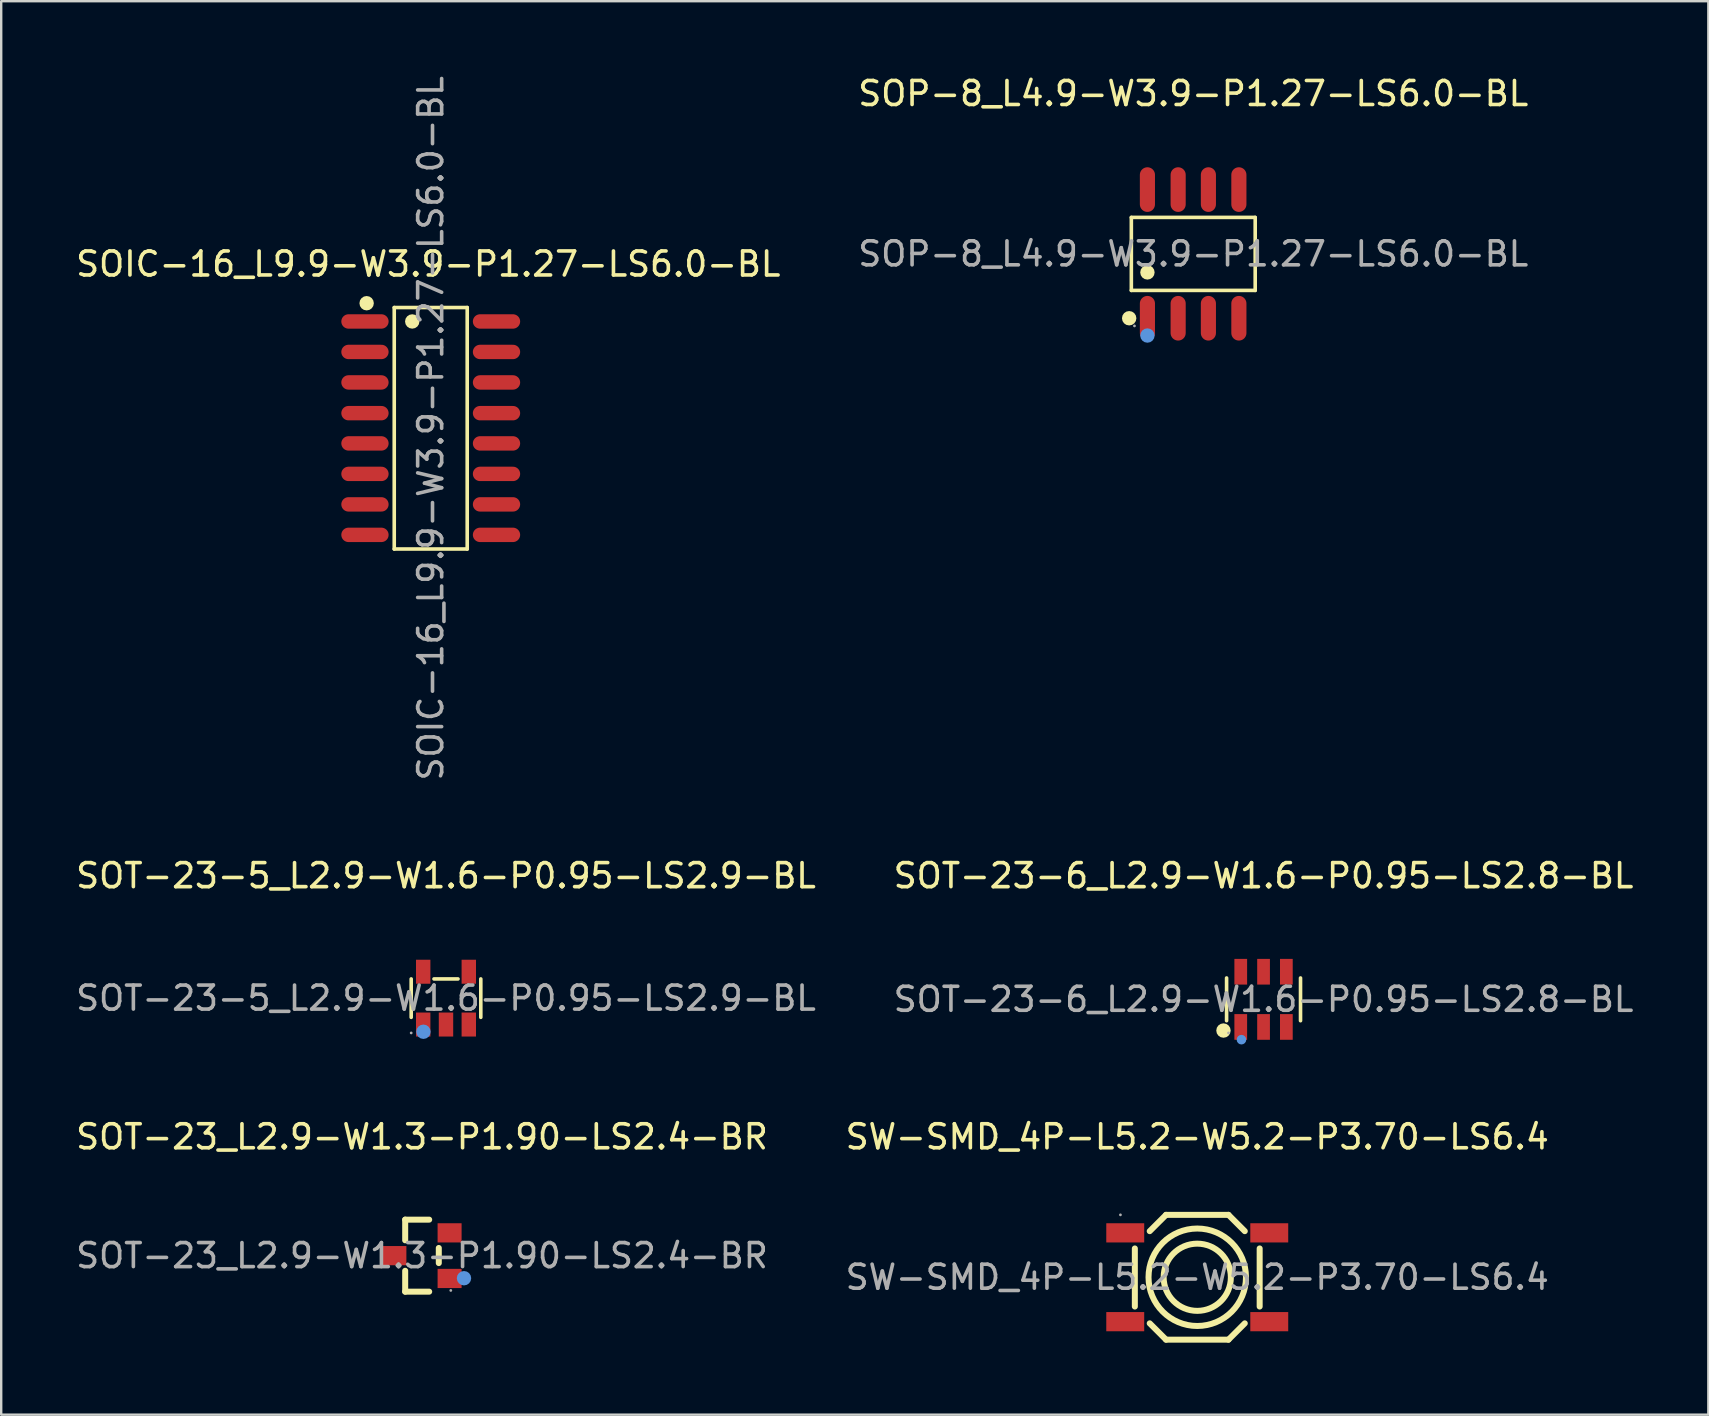
<source format=kicad_pcb>
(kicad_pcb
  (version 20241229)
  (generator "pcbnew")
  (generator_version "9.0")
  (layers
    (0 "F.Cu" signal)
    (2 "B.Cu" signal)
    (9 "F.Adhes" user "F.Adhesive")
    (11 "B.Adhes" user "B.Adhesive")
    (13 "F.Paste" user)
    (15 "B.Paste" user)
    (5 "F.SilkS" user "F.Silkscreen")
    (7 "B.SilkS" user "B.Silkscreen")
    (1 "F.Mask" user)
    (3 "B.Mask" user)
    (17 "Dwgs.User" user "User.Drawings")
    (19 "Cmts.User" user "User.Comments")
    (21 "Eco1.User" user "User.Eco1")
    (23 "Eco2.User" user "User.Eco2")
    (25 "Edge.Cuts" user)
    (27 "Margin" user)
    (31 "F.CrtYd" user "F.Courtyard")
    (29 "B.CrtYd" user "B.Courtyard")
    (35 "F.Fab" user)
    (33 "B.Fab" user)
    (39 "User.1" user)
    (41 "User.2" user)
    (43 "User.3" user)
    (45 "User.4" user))
  (footprint "SOT-23_L2.9-W1.3-P1.90-LS2.4-BR"
    (layer "F.Cu")
    (at 14.53 49.26)
    (property "Reference" "SOT-23_L2.9-W1.3-P1.90-LS2.4-BR" (at 0 -4.95 0) (layer "F.SilkS") (effects (font (size 1 1) (thickness 0.15))))
    (attr smd)
    (fp_line (start -0.7 -1.5) (end 0.3 -1.5) (stroke (width 0.25) (type solid)) (layer "F.SilkS"))
    (fp_line (start -0.7 -0.64) (end -0.7 -1.5) (stroke (width 0.25) (type solid)) (layer "F.SilkS"))
    (fp_line (start -0.7 1.5) (end -0.7 0.63) (stroke (width 0.25) (type solid)) (layer "F.SilkS"))
    (fp_line (start -0.7 1.5) (end 0.3 1.5) (stroke (width 0.25) (type solid)) (layer "F.SilkS"))
    (fp_line (start 0.7 0.31) (end 0.7 -0.32) (stroke (width 0.25) (type solid)) (layer "F.SilkS"))
    (fp_circle (center 1.75 0.94) (end 1.9 0.94) (stroke (width 0.3) (type solid)) (fill no) (layer "Cmts.User"))
    (fp_circle (center 1.2 1.45) (end 1.23 1.45) (stroke (width 0.06) (type solid)) (fill no) (layer "F.Fab"))
    (fp_text user "${REFERENCE}" (at 0 0 0) (layer "F.Fab") (effects (font (size 1 1) (thickness 0.15))))
    (pad "1" smd rect (at 1.15 0.95 180) (size 1 0.8) (layers "F.Cu" "F.Mask" "F.Paste"))
    (pad "2" smd rect (at 1.15 -0.95 180) (size 1 0.8) (layers "F.Cu" "F.Mask" "F.Paste"))
    (pad "3" smd rect (at -1.15 0 180) (size 1 0.8) (layers "F.Cu" "F.Mask" "F.Paste")))
  (footprint "SOT-23-6_L2.9-W1.6-P0.95-LS2.8-BL"
    (layer "F.Cu")
    (at 49.589 38.582)
    (property "Reference" "SOT-23-6_L2.9-W1.6-P0.95-LS2.8-BL" (at 0 -5.15 0) (layer "F.SilkS") (effects (font (size 1 1) (thickness 0.15))))
    (attr smd)
    (fp_line (start -1.54 0.89) (end -1.54 -0.89) (stroke (width 0.15) (type solid)) (layer "F.SilkS"))
    (fp_line (start 1.54 0.89) (end 1.54 -0.89) (stroke (width 0.15) (type solid)) (layer "F.SilkS"))
    (fp_circle (center -1.67 1.3) (end -1.52 1.3) (stroke (width 0.3) (type solid)) (fill no) (layer "F.SilkS"))
    (fp_circle (center -0.92 1.68) (end -0.82 1.68) (stroke (width 0.2) (type solid)) (fill no) (layer "Cmts.User"))
    (fp_circle (center -1.46 1.4) (end -1.43 1.4) (stroke (width 0.06) (type solid)) (fill no) (layer "F.Fab"))
    (fp_text user "${REFERENCE}" (at 0 0 0) (layer "F.Fab") (effects (font (size 1 1) (thickness 0.15))))
    (pad "1" smd rect (at -0.95 1.15) (size 0.53 1.07) (layers "F.Cu" "F.Mask" "F.Paste"))
    (pad "2" smd rect (at 0 1.15) (size 0.53 1.07) (layers "F.Cu" "F.Mask" "F.Paste"))
    (pad "3" smd rect (at 0.95 1.15) (size 0.53 1.07) (layers "F.Cu" "F.Mask" "F.Paste"))
    (pad "4" smd rect (at 0.95 -1.15) (size 0.53 1.07) (layers "F.Cu" "F.Mask" "F.Paste"))
    (pad "5" smd rect (at 0 -1.15) (size 0.53 1.07) (layers "F.Cu" "F.Mask" "F.Paste"))
    (pad "6" smd rect (at -0.95 -1.15) (size 0.53 1.07) (layers "F.Cu" "F.Mask" "F.Paste")))
  (footprint "SOP-8_L4.9-W3.9-P1.27-LS6.0-BL"
    (layer "F.Cu")
    (at 46.661 7.528)
    (property "Reference" "SOP-8_L4.9-W3.9-P1.27-LS6.0-BL" (at 0 -6.68 0) (layer "F.SilkS") (effects (font (size 1 1) (thickness 0.15))))
    (attr through_hole)
    (fp_line (start -2.58 -1.52) (end 2.58 -1.52) (stroke (width 0.15) (type solid)) (layer "F.SilkS"))
    (fp_line (start -2.58 1.52) (end -2.58 -1.52) (stroke (width 0.15) (type solid)) (layer "F.SilkS"))
    (fp_line (start 2.58 -1.52) (end 2.58 1.52) (stroke (width 0.15) (type solid)) (layer "F.SilkS"))
    (fp_line (start 2.58 1.52) (end -2.58 1.52) (stroke (width 0.15) (type solid)) (layer "F.SilkS"))
    (fp_circle (center -2.67 2.68) (end -2.52 2.68) (stroke (width 0.3) (type solid)) (fill no) (layer "F.SilkS"))
    (fp_circle (center -1.91 0.77) (end -1.76 0.77) (stroke (width 0.3) (type solid)) (fill no) (layer "F.SilkS"))
    (fp_circle (center -1.91 3.4) (end -1.76 3.4) (stroke (width 0.3) (type solid)) (fill no) (layer "Cmts.User"))
    (fp_circle (center -2.45 3) (end -2.42 3) (stroke (width 0.06) (type solid)) (fill no) (layer "F.Fab"))
    (fp_text user "${REFERENCE}" (at 0 0 0) (layer "F.Fab") (effects (font (size 1 1) (thickness 0.15))))
    (pad "1" smd oval (at -1.91 2.68) (size 0.63 1.86) (layers "F.Cu" "F.Mask" "F.Paste"))
    (pad "2" smd oval (at -0.63 2.68) (size 0.63 1.86) (layers "F.Cu" "F.Mask" "F.Paste"))
    (pad "3" smd oval (at 0.63 2.68) (size 0.63 1.86) (layers "F.Cu" "F.Mask" "F.Paste"))
    (pad "4" smd oval (at 1.9 2.68) (size 0.63 1.86) (layers "F.Cu" "F.Mask" "F.Paste"))
    (pad "5" smd oval (at 1.9 -2.68) (size 0.63 1.86) (layers "F.Cu" "F.Mask" "F.Paste"))
    (pad "6" smd oval (at 0.63 -2.68) (size 0.63 1.86) (layers "F.Cu" "F.Mask" "F.Paste"))
    (pad "7" smd oval (at -0.63 -2.68) (size 0.63 1.86) (layers "F.Cu" "F.Mask" "F.Paste"))
    (pad "8" smd oval (at -1.91 -2.68) (size 0.63 1.86) (layers "F.Cu" "F.Mask" "F.Paste")))
  (footprint "SOT-23-5_L2.9-W1.6-P0.95-LS2.9-BL"
    (layer "F.Cu")
    (at 15.53 38.532)
    (property "Reference" "SOT-23-5_L2.9-W1.6-P0.95-LS2.9-BL" (at 0 -5.1 0) (layer "F.SilkS") (effects (font (size 1 1) (thickness 0.15))))
    (attr smd)
    (fp_line (start -1.45 -0.8) (end -1.45 0.8) (stroke (width 0.15) (type solid)) (layer "F.SilkS"))
    (fp_line (start -0.5 -0.8) (end 0.5 -0.8) (stroke (width 0.15) (type solid)) (layer "F.SilkS"))
    (fp_line (start 1.45 -0.8) (end 1.45 0.8) (stroke (width 0.15) (type solid)) (layer "F.SilkS"))
    (fp_circle (center -0.94 1.4) (end -0.79 1.4) (stroke (width 0.3) (type solid)) (fill no) (layer "Cmts.User"))
    (fp_circle (center -1.45 1.45) (end -1.42 1.45) (stroke (width 0.06) (type solid)) (fill no) (layer "F.Fab"))
    (fp_text user "${REFERENCE}" (at 0 0 0) (layer "F.Fab") (effects (font (size 1 1) (thickness 0.15))))
    (pad "1" smd rect (at -0.95 1.1) (size 0.6 1) (layers "F.Cu" "F.Mask" "F.Paste"))
    (pad "2" smd rect (at 0 1.1) (size 0.6 1) (layers "F.Cu" "F.Mask" "F.Paste"))
    (pad "3" smd rect (at 0.95 1.1) (size 0.6 1) (layers "F.Cu" "F.Mask" "F.Paste"))
    (pad "4" smd rect (at 0.95 -1.1) (size 0.6 1) (layers "F.Cu" "F.Mask" "F.Paste"))
    (pad "5" smd rect (at -0.95 -1.1) (size 0.6 1) (layers "F.Cu" "F.Mask" "F.Paste")))
  (footprint "SW-SMD_4P-L5.2-W5.2-P3.70-LS6.4"
    (layer "F.Cu")
    (at 46.827 50.16)
    (property "Reference" "SW-SMD_4P-L5.2-W5.2-P3.70-LS6.4" (at 0 -5.85 0) (layer "F.SilkS") (effects (font (size 1 1) (thickness 0.15))))
    (attr smd)
    (fp_line (start -2.6 -1.2) (end -2.6 1.22) (stroke (width 0.25) (type solid)) (layer "F.SilkS"))
    (fp_line (start -1.98 1.92) (end -1.3 2.6) (stroke (width 0.25) (type solid)) (layer "F.SilkS"))
    (fp_line (start -1.3 -2.6) (end -1.98 -1.92) (stroke (width 0.25) (type solid)) (layer "F.SilkS"))
    (fp_line (start -1.3 2.6) (end 1.3 2.6) (stroke (width 0.25) (type solid)) (layer "F.SilkS"))
    (fp_line (start 1.3 -2.6) (end -1.3 -2.6) (stroke (width 0.25) (type solid)) (layer "F.SilkS"))
    (fp_line (start 1.3 2.6) (end 1.98 1.92) (stroke (width 0.25) (type solid)) (layer "F.SilkS"))
    (fp_line (start 1.98 -1.92) (end 1.3 -2.6) (stroke (width 0.25) (type solid)) (layer "F.SilkS"))
    (fp_line (start 2.6 -1.2) (end 2.6 1.22) (stroke (width 0.25) (type solid)) (layer "F.SilkS"))
    (fp_circle (center 0 0) (end 1.4 0) (stroke (width 0.25) (type solid)) (fill no) (layer "F.SilkS"))
    (fp_circle (center 0 0) (end 2.03 0) (stroke (width 0.25) (type solid)) (fill no) (layer "F.SilkS"))
    (fp_circle (center -3.2 -2.6) (end -3.17 -2.6) (stroke (width 0.06) (type solid)) (fill no) (layer "F.Fab"))
    (fp_text user "${REFERENCE}" (at 0 0 0) (layer "F.Fab") (effects (font (size 1 1) (thickness 0.15))))
    (pad "1" smd rect (at -3 -1.85) (size 1.58 0.8) (layers "F.Cu" "F.Mask" "F.Paste"))
    (pad "2" smd rect (at 3 -1.85) (size 1.58 0.8) (layers "F.Cu" "F.Mask" "F.Paste"))
    (pad "3" smd rect (at -3 1.85) (size 1.58 0.8) (layers "F.Cu" "F.Mask" "F.Paste"))
    (pad "4" smd rect (at 3 1.85) (size 1.58 0.8) (layers "F.Cu" "F.Mask" "F.Paste")))
  (footprint "SOIC-16_L9.9-W3.9-P1.27-LS6.0-BL"
    (layer "F.Cu")
    (at 14.792 14.69)
    (property "Reference" "SOIC-16_L9.9-W3.9-P1.27-LS6.0-BL" (at 0 -6.74 0) (layer "F.SilkS") (effects (font (size 1 1) (thickness 0.15))))
    (attr smd)
    (fp_line (start -1.418 -4.928) (end 1.622 -4.928) (stroke (width 0.15) (type solid)) (layer "F.SilkS"))
    (fp_line (start -1.418 5.132) (end -1.418 -4.928) (stroke (width 0.15) (type solid)) (layer "F.SilkS"))
    (fp_line (start 1.622 -4.928) (end 1.622 5.132) (stroke (width 0.15) (type solid)) (layer "F.SilkS"))
    (fp_line (start 1.622 5.132) (end -1.418 5.132) (stroke (width 0.15) (type solid)) (layer "F.SilkS"))
    (fp_circle (center -2.568 -5.108) (end -2.568 -4.958) (stroke (width 0.3) (type solid)) (fill no) (layer "F.SilkS"))
    (fp_circle (center -0.668 -4.348) (end -0.668 -4.198) (stroke (width 0.3) (type solid)) (fill no) (layer "F.SilkS"))
    (fp_text user "${REFERENCE}" (at 0.102 0.102 270) (layer "F.Fab") (effects (font (size 1 1) (thickness 0.15))))
    (pad "1" smd oval (at -2.638 -4.348 270) (size 0.6 1.97) (layers "F.Cu" "F.Mask" "F.Paste"))
    (pad "2" smd oval (at -2.638 -3.078 270) (size 0.6 1.97) (layers "F.Cu" "F.Mask" "F.Paste"))
    (pad "3" smd oval (at -2.638 -1.808 270) (size 0.6 1.97) (layers "F.Cu" "F.Mask" "F.Paste"))
    (pad "4" smd oval (at -2.638 -0.528 270) (size 0.6 1.97) (layers "F.Cu" "F.Mask" "F.Paste"))
    (pad "5" smd oval (at -2.638 0.732 270) (size 0.6 1.97) (layers "F.Cu" "F.Mask" "F.Paste"))
    (pad "6" smd oval (at -2.638 2.002 270) (size 0.6 1.97) (layers "F.Cu" "F.Mask" "F.Paste"))
    (pad "7" smd oval (at -2.638 3.272 270) (size 0.6 1.97) (layers "F.Cu" "F.Mask" "F.Paste"))
    (pad "8" smd oval (at -2.638 4.542 270) (size 0.6 1.97) (layers "F.Cu" "F.Mask" "F.Paste"))
    (pad "9" smd oval (at 2.842 4.542 270) (size 0.6 1.97) (layers "F.Cu" "F.Mask" "F.Paste"))
    (pad "10" smd oval (at 2.842 3.272 270) (size 0.6 1.97) (layers "F.Cu" "F.Mask" "F.Paste"))
    (pad "11" smd oval (at 2.842 2.002 270) (size 0.6 1.97) (layers "F.Cu" "F.Mask" "F.Paste"))
    (pad "12" smd oval (at 2.842 0.732 270) (size 0.6 1.97) (layers "F.Cu" "F.Mask" "F.Paste"))
    (pad "13" smd oval (at 2.842 -0.528 270) (size 0.6 1.97) (layers "F.Cu" "F.Mask" "F.Paste"))
    (pad "14" smd oval (at 2.842 -1.808 270) (size 0.6 1.97) (layers "F.Cu" "F.Mask" "F.Paste"))
    (pad "15" smd oval (at 2.842 -3.078 270) (size 0.6 1.97) (layers "F.Cu" "F.Mask" "F.Paste"))
    (pad "16" smd oval (at 2.842 -4.348 270) (size 0.6 1.97) (layers "F.Cu" "F.Mask" "F.Paste")))
  (gr_rect
    (start -3 -3)
    (end 68.119 55.885)
    (stroke (width 0.1) (type default))
    (fill no)
    (layer "Edge.Cuts")))
</source>
